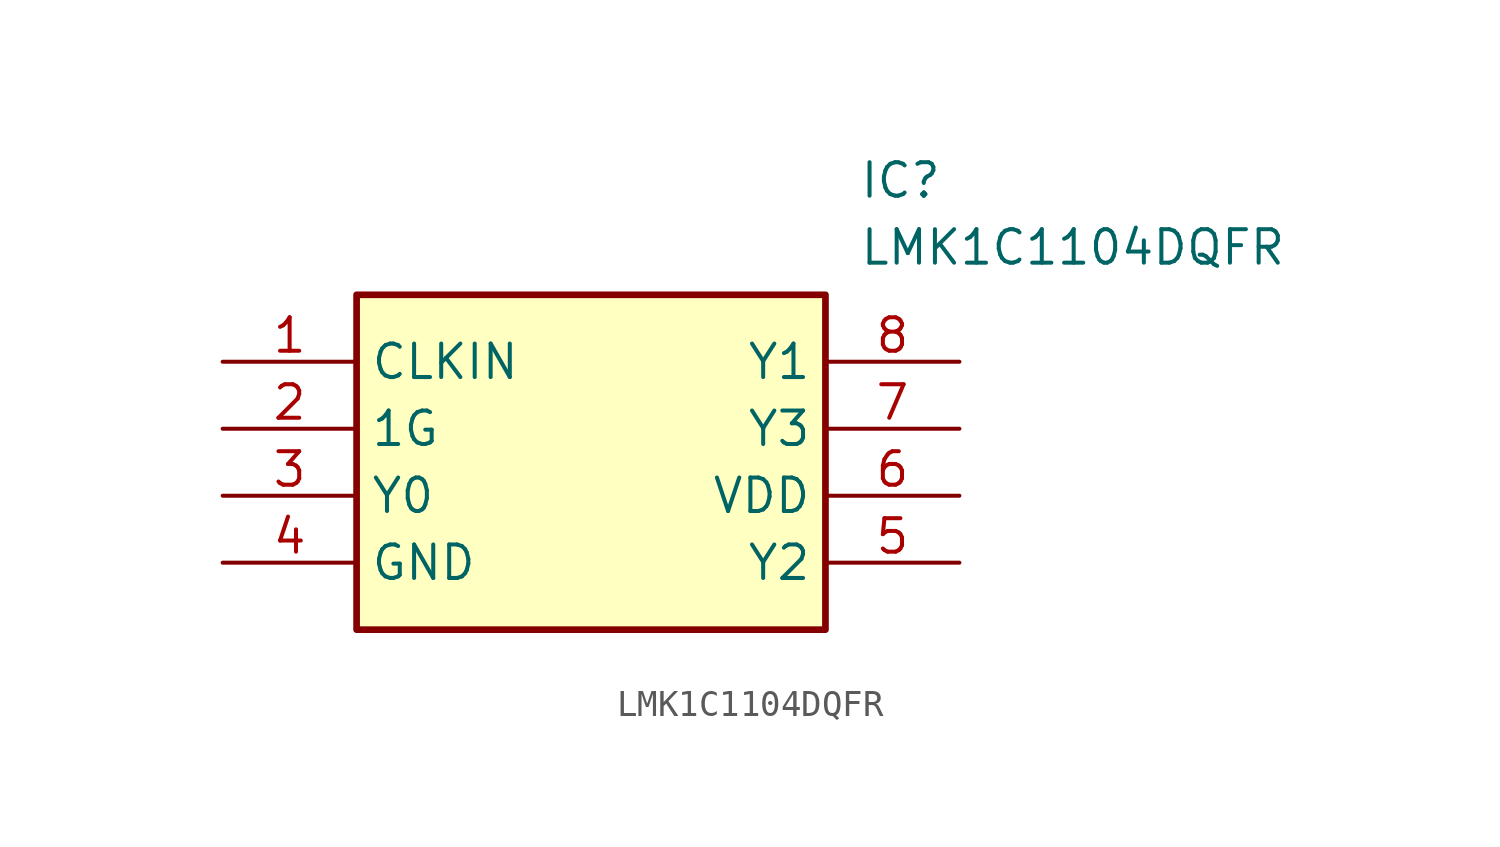
<source format=kicad_sym>
(kicad_symbol_lib
  (version 20211014)
  (generator SamacSys_ECAD_Model)
  (symbol "LMK1C1104DQFR"
    (property "Reference" "IC"
      (at 24.13 7.62 0)
      (effects (font (size 1.27 1.27)) (justify left top)))
    (property "Value" "LMK1C1104DQFR"
      (at 24.13 5.08 0)
      (effects (font (size 1.27 1.27)) (justify left top)))
    (rectangle
      (start 5.08 2.54)
      (end 22.86 -10.16)
      (stroke (width 0.254) (type default))
      (fill (type background)))
    (pin passive line
      (at 0 0 0)
      (length 5.08)
      (name "CLKIN" (effects (font (size 1.27 1.27))))
      (number "1" (effects (font (size 1.27 1.27)))))
    (pin passive line
      (at 0 -2.54 0)
      (length 5.08)
      (name "1G" (effects (font (size 1.27 1.27))))
      (number "2" (effects (font (size 1.27 1.27)))))
    (pin passive line
      (at 0 -5.08 0)
      (length 5.08)
      (name "Y0" (effects (font (size 1.27 1.27))))
      (number "3" (effects (font (size 1.27 1.27)))))
    (pin passive line
      (at 0 -7.62 0)
      (length 5.08)
      (name "GND" (effects (font (size 1.27 1.27))))
      (number "4" (effects (font (size 1.27 1.27)))))
    (pin passive line
      (at 27.94 0 180)
      (length 5.08)
      (name "Y1" (effects (font (size 1.27 1.27))))
      (number "8" (effects (font (size 1.27 1.27)))))
    (pin passive line
      (at 27.94 -2.54 180)
      (length 5.08)
      (name "Y3" (effects (font (size 1.27 1.27))))
      (number "7" (effects (font (size 1.27 1.27)))))
    (pin passive line
      (at 27.94 -5.08 180)
      (length 5.08)
      (name "VDD" (effects (font (size 1.27 1.27))))
      (number "6" (effects (font (size 1.27 1.27)))))
    (pin passive line
      (at 27.94 -7.62 180)
      (length 5.08)
      (name "Y2" (effects (font (size 1.27 1.27))))
      (number "5" (effects (font (size 1.27 1.27)))))))
</source>
